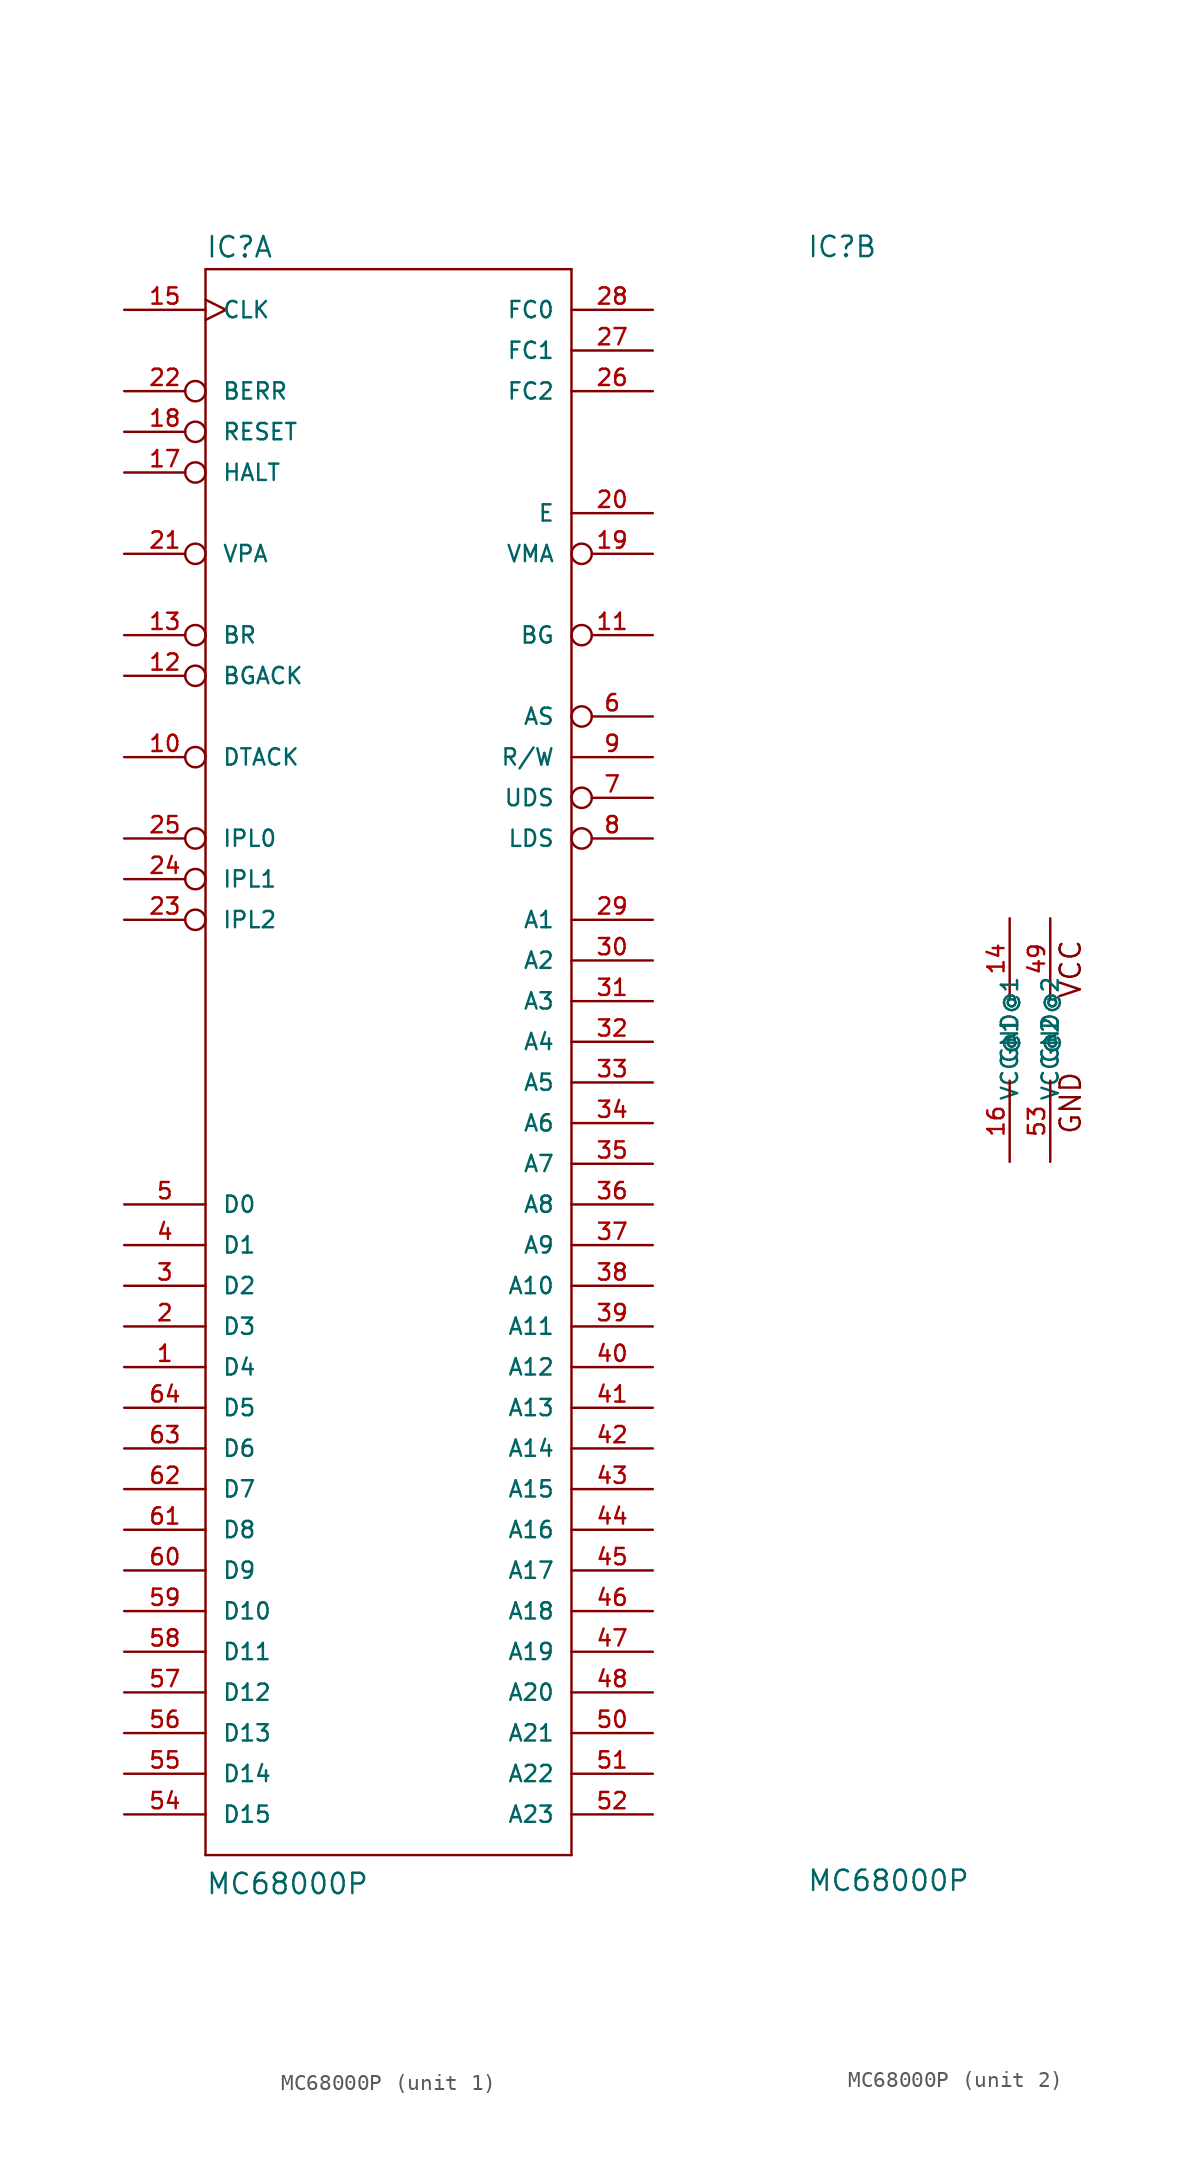
<source format=kicad_sym>
(kicad_symbol_lib
  (version 20220914)
  (generator kicad_symbol_editor)
  (symbol "MC68000P"
    (pin_names
      (offset 1.016))
    (property "Reference" "IC"
      (at -12.7 48.895 0)
      (effects (font (size 1.27 1.27)) (justify left bottom)))
    (property "Value" "MC68000P"
      (at -12.7 -53.34 0)
      (effects (font (size 1.27 1.27)) (justify left bottom)))
    (property "Datasheet" ""
      (at 0 0 0)
      (effects (font (size 1.524 1.524))))
    (property "ki_locked" ""
      (at 0 0 0)
      (effects (font (size 1.27 1.27))))
    (symbol "MC68000P_1_0"
      (polyline (pts (xy -12.7 -50.8) (xy -12.7 48.26)) (stroke (width 0) (type solid)) (fill (type none)))
      (polyline (pts (xy -12.7 -50.8) (xy 10.16 -50.8)) (stroke (width 0) (type solid)) (fill (type none)))
      (polyline (pts (xy 10.16 48.26) (xy -12.7 48.26)) (stroke (width 0) (type solid)) (fill (type none)))
      (polyline (pts (xy 10.16 48.26) (xy 10.16 -50.8)) (stroke (width 0) (type solid)) (fill (type none))))
    (symbol "MC68000P_1_1"
      (pin bidirectional line (at -17.78 -20.32 0) (length 5.08) (name "D4" (effects (font (size 1.016 1.016)))) (number "1" (effects (font (size 1.016 1.016)))))
      (pin input inverted (at -17.78 17.78 0) (length 5.08) (name "DTACK" (effects (font (size 1.016 1.016)))) (number "10" (effects (font (size 1.016 1.016)))))
      (pin output inverted (at 15.24 25.4 180) (length 5.08) (name "BG" (effects (font (size 1.016 1.016)))) (number "11" (effects (font (size 1.016 1.016)))))
      (pin input inverted (at -17.78 22.86 0) (length 5.08) (name "BGACK" (effects (font (size 1.016 1.016)))) (number "12" (effects (font (size 1.016 1.016)))))
      (pin input inverted (at -17.78 25.4 0) (length 5.08) (name "BR" (effects (font (size 1.016 1.016)))) (number "13" (effects (font (size 1.016 1.016)))))
      (pin input clock (at -17.78 45.72 0) (length 5.08) (name "CLK" (effects (font (size 1.016 1.016)))) (number "15" (effects (font (size 1.016 1.016)))))
      (pin bidirectional inverted (at -17.78 35.56 0) (length 5.08) (name "HALT" (effects (font (size 1.016 1.016)))) (number "17" (effects (font (size 1.016 1.016)))))
      (pin bidirectional inverted (at -17.78 38.1 0) (length 5.08) (name "RESET" (effects (font (size 1.016 1.016)))) (number "18" (effects (font (size 1.016 1.016)))))
      (pin output inverted (at 15.24 30.48 180) (length 5.08) (name "VMA" (effects (font (size 1.016 1.016)))) (number "19" (effects (font (size 1.016 1.016)))))
      (pin bidirectional line (at -17.78 -17.78 0) (length 5.08) (name "D3" (effects (font (size 1.016 1.016)))) (number "2" (effects (font (size 1.016 1.016)))))
      (pin output line (at 15.24 33.02 180) (length 5.08) (name "E" (effects (font (size 1.016 1.016)))) (number "20" (effects (font (size 1.016 1.016)))))
      (pin input inverted (at -17.78 30.48 0) (length 5.08) (name "VPA" (effects (font (size 1.016 1.016)))) (number "21" (effects (font (size 1.016 1.016)))))
      (pin input inverted (at -17.78 40.64 0) (length 5.08) (name "BERR" (effects (font (size 1.016 1.016)))) (number "22" (effects (font (size 1.016 1.016)))))
      (pin input inverted (at -17.78 7.62 0) (length 5.08) (name "IPL2" (effects (font (size 1.016 1.016)))) (number "23" (effects (font (size 1.016 1.016)))))
      (pin input inverted (at -17.78 10.16 0) (length 5.08) (name "IPL1" (effects (font (size 1.016 1.016)))) (number "24" (effects (font (size 1.016 1.016)))))
      (pin input inverted (at -17.78 12.7 0) (length 5.08) (name "IPL0" (effects (font (size 1.016 1.016)))) (number "25" (effects (font (size 1.016 1.016)))))
      (pin output line (at 15.24 40.64 180) (length 5.08) (name "FC2" (effects (font (size 1.016 1.016)))) (number "26" (effects (font (size 1.016 1.016)))))
      (pin output line (at 15.24 43.18 180) (length 5.08) (name "FC1" (effects (font (size 1.016 1.016)))) (number "27" (effects (font (size 1.016 1.016)))))
      (pin output line (at 15.24 45.72 180) (length 5.08) (name "FC0" (effects (font (size 1.016 1.016)))) (number "28" (effects (font (size 1.016 1.016)))))
      (pin output line (at 15.24 7.62 180) (length 5.08) (name "A1" (effects (font (size 1.016 1.016)))) (number "29" (effects (font (size 1.016 1.016)))))
      (pin bidirectional line (at -17.78 -15.24 0) (length 5.08) (name "D2" (effects (font (size 1.016 1.016)))) (number "3" (effects (font (size 1.016 1.016)))))
      (pin output line (at 15.24 5.08 180) (length 5.08) (name "A2" (effects (font (size 1.016 1.016)))) (number "30" (effects (font (size 1.016 1.016)))))
      (pin output line (at 15.24 2.54 180) (length 5.08) (name "A3" (effects (font (size 1.016 1.016)))) (number "31" (effects (font (size 1.016 1.016)))))
      (pin output line (at 15.24 0 180) (length 5.08) (name "A4" (effects (font (size 1.016 1.016)))) (number "32" (effects (font (size 1.016 1.016)))))
      (pin output line (at 15.24 -2.54 180) (length 5.08) (name "A5" (effects (font (size 1.016 1.016)))) (number "33" (effects (font (size 1.016 1.016)))))
      (pin output line (at 15.24 -5.08 180) (length 5.08) (name "A6" (effects (font (size 1.016 1.016)))) (number "34" (effects (font (size 1.016 1.016)))))
      (pin output line (at 15.24 -7.62 180) (length 5.08) (name "A7" (effects (font (size 1.016 1.016)))) (number "35" (effects (font (size 1.016 1.016)))))
      (pin output line (at 15.24 -10.16 180) (length 5.08) (name "A8" (effects (font (size 1.016 1.016)))) (number "36" (effects (font (size 1.016 1.016)))))
      (pin output line (at 15.24 -12.7 180) (length 5.08) (name "A9" (effects (font (size 1.016 1.016)))) (number "37" (effects (font (size 1.016 1.016)))))
      (pin output line (at 15.24 -15.24 180) (length 5.08) (name "A10" (effects (font (size 1.016 1.016)))) (number "38" (effects (font (size 1.016 1.016)))))
      (pin output line (at 15.24 -17.78 180) (length 5.08) (name "A11" (effects (font (size 1.016 1.016)))) (number "39" (effects (font (size 1.016 1.016)))))
      (pin bidirectional line (at -17.78 -12.7 0) (length 5.08) (name "D1" (effects (font (size 1.016 1.016)))) (number "4" (effects (font (size 1.016 1.016)))))
      (pin output line (at 15.24 -20.32 180) (length 5.08) (name "A12" (effects (font (size 1.016 1.016)))) (number "40" (effects (font (size 1.016 1.016)))))
      (pin output line (at 15.24 -22.86 180) (length 5.08) (name "A13" (effects (font (size 1.016 1.016)))) (number "41" (effects (font (size 1.016 1.016)))))
      (pin output line (at 15.24 -25.4 180) (length 5.08) (name "A14" (effects (font (size 1.016 1.016)))) (number "42" (effects (font (size 1.016 1.016)))))
      (pin output line (at 15.24 -27.94 180) (length 5.08) (name "A15" (effects (font (size 1.016 1.016)))) (number "43" (effects (font (size 1.016 1.016)))))
      (pin output line (at 15.24 -30.48 180) (length 5.08) (name "A16" (effects (font (size 1.016 1.016)))) (number "44" (effects (font (size 1.016 1.016)))))
      (pin output line (at 15.24 -33.02 180) (length 5.08) (name "A17" (effects (font (size 1.016 1.016)))) (number "45" (effects (font (size 1.016 1.016)))))
      (pin output line (at 15.24 -35.56 180) (length 5.08) (name "A18" (effects (font (size 1.016 1.016)))) (number "46" (effects (font (size 1.016 1.016)))))
      (pin output line (at 15.24 -38.1 180) (length 5.08) (name "A19" (effects (font (size 1.016 1.016)))) (number "47" (effects (font (size 1.016 1.016)))))
      (pin output line (at 15.24 -40.64 180) (length 5.08) (name "A20" (effects (font (size 1.016 1.016)))) (number "48" (effects (font (size 1.016 1.016)))))
      (pin bidirectional line (at -17.78 -10.16 0) (length 5.08) (name "D0" (effects (font (size 1.016 1.016)))) (number "5" (effects (font (size 1.016 1.016)))))
      (pin output line (at 15.24 -43.18 180) (length 5.08) (name "A21" (effects (font (size 1.016 1.016)))) (number "50" (effects (font (size 1.016 1.016)))))
      (pin output line (at 15.24 -45.72 180) (length 5.08) (name "A22" (effects (font (size 1.016 1.016)))) (number "51" (effects (font (size 1.016 1.016)))))
      (pin output line (at 15.24 -48.26 180) (length 5.08) (name "A23" (effects (font (size 1.016 1.016)))) (number "52" (effects (font (size 1.016 1.016)))))
      (pin bidirectional line (at -17.78 -48.26 0) (length 5.08) (name "D15" (effects (font (size 1.016 1.016)))) (number "54" (effects (font (size 1.016 1.016)))))
      (pin bidirectional line (at -17.78 -45.72 0) (length 5.08) (name "D14" (effects (font (size 1.016 1.016)))) (number "55" (effects (font (size 1.016 1.016)))))
      (pin bidirectional line (at -17.78 -43.18 0) (length 5.08) (name "D13" (effects (font (size 1.016 1.016)))) (number "56" (effects (font (size 1.016 1.016)))))
      (pin bidirectional line (at -17.78 -40.64 0) (length 5.08) (name "D12" (effects (font (size 1.016 1.016)))) (number "57" (effects (font (size 1.016 1.016)))))
      (pin bidirectional line (at -17.78 -38.1 0) (length 5.08) (name "D11" (effects (font (size 1.016 1.016)))) (number "58" (effects (font (size 1.016 1.016)))))
      (pin bidirectional line (at -17.78 -35.56 0) (length 5.08) (name "D10" (effects (font (size 1.016 1.016)))) (number "59" (effects (font (size 1.016 1.016)))))
      (pin output inverted (at 15.24 20.32 180) (length 5.08) (name "AS" (effects (font (size 1.016 1.016)))) (number "6" (effects (font (size 1.016 1.016)))))
      (pin bidirectional line (at -17.78 -33.02 0) (length 5.08) (name "D9" (effects (font (size 1.016 1.016)))) (number "60" (effects (font (size 1.016 1.016)))))
      (pin bidirectional line (at -17.78 -30.48 0) (length 5.08) (name "D8" (effects (font (size 1.016 1.016)))) (number "61" (effects (font (size 1.016 1.016)))))
      (pin bidirectional line (at -17.78 -27.94 0) (length 5.08) (name "D7" (effects (font (size 1.016 1.016)))) (number "62" (effects (font (size 1.016 1.016)))))
      (pin bidirectional line (at -17.78 -25.4 0) (length 5.08) (name "D6" (effects (font (size 1.016 1.016)))) (number "63" (effects (font (size 1.016 1.016)))))
      (pin bidirectional line (at -17.78 -22.86 0) (length 5.08) (name "D5" (effects (font (size 1.016 1.016)))) (number "64" (effects (font (size 1.016 1.016)))))
      (pin output inverted (at 15.24 15.24 180) (length 5.08) (name "UDS" (effects (font (size 1.016 1.016)))) (number "7" (effects (font (size 1.016 1.016)))))
      (pin output inverted (at 15.24 12.7 180) (length 5.08) (name "LDS" (effects (font (size 1.016 1.016)))) (number "8" (effects (font (size 1.016 1.016)))))
      (pin output line (at 15.24 17.78 180) (length 5.08) (name "R/W" (effects (font (size 1.016 1.016)))) (number "9" (effects (font (size 1.016 1.016))))))
    (symbol "MC68000P_2_0"
      (text "GND" (at 3.81 -3.937 1) (effects (font (size 1.27 1.27))))
      (text "VCC" (at 3.81 4.445 1) (effects (font (size 1.27 1.27)))))
    (symbol "MC68000P_2_1"
      (pin power_in line (at 0 7.62 270) (length 5.08) (name "VCC@1" (effects (font (size 1.016 1.016)))) (number "14" (effects (font (size 1.016 1.016)))))
      (pin power_in line (at 0 -7.62 90) (length 5.08) (name "GND@1" (effects (font (size 1.016 1.016)))) (number "16" (effects (font (size 1.016 1.016)))))
      (pin power_in line (at 2.54 7.62 270) (length 5.08) (name "VCC@2" (effects (font (size 1.016 1.016)))) (number "49" (effects (font (size 1.016 1.016)))))
      (pin power_in line (at 2.54 -7.62 90) (length 5.08) (name "GND@2" (effects (font (size 1.016 1.016)))) (number "53" (effects (font (size 1.016 1.016))))))))
</source>
